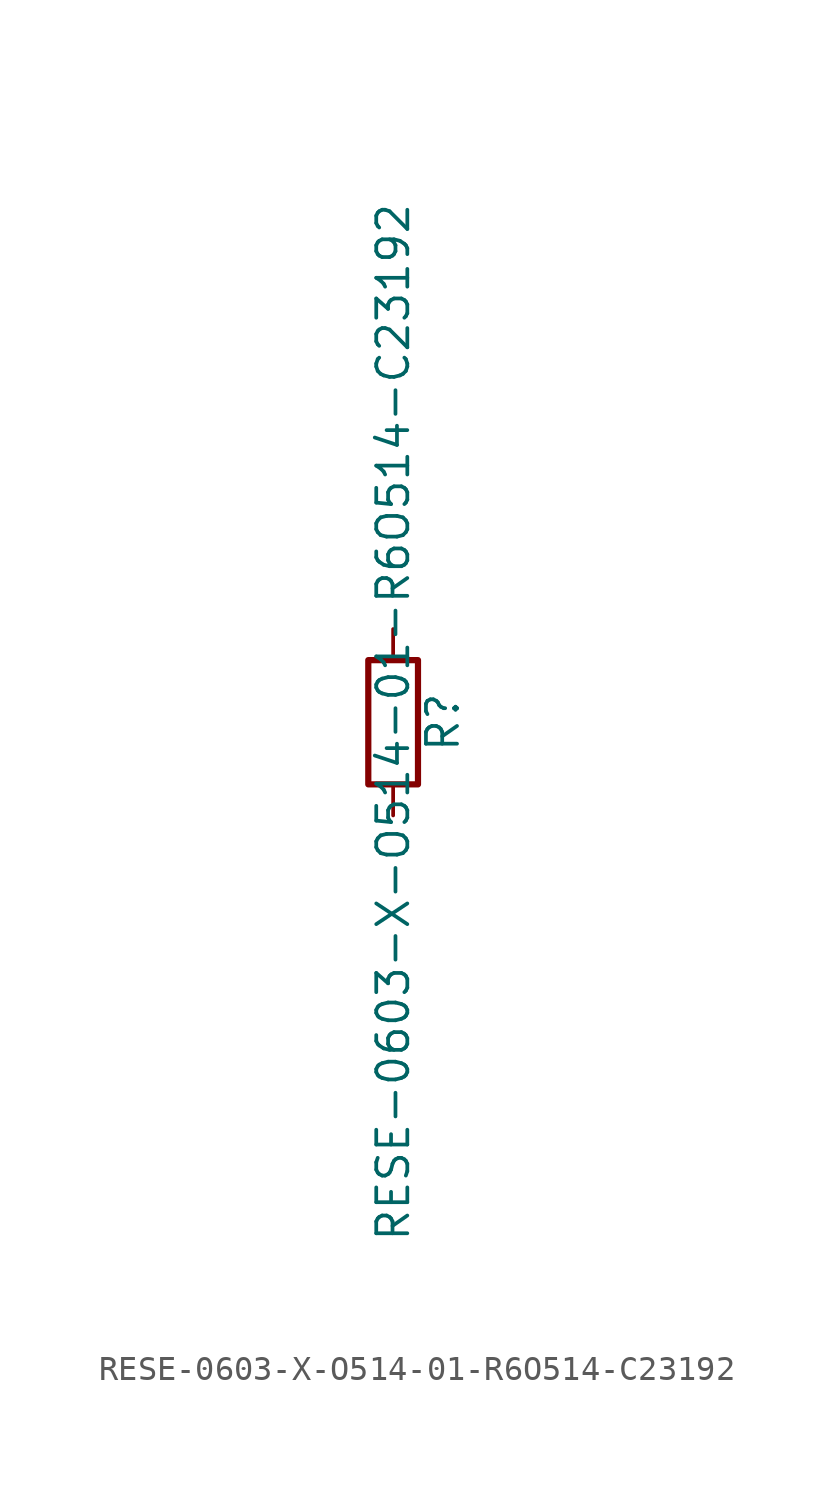
<source format=kicad_sym>
(kicad_symbol_lib
  (version 20211014)
  (generator kicad_symbol_editor)
  (symbol "RESE-0603-X-O514-01-R6O514-C23192"
    (pin_numbers hide)
    (pin_names
      (offset 0))
    (property "Reference" "R"
      (at 2.032 0 90)
      (effects (font (size 1.27 1.27))))
    (property "Value" "RESE-0603-X-O514-01-R6O514-C23192"
      (at 0 0 90)
      (effects (font (size 1.27 1.27))))
    (symbol "RESE-0603-X-O514-01-R6O514-C23192_0_1"
      (rectangle (start -1.016 -2.54) (end 1.016 2.54) (stroke (width 0.254) (type default) (color 0 0 0 0)) (fill (type none))))
    (symbol "RESE-0603-X-O514-01-R6O514-C23192_1_1"
      (pin passive line (at 0 3.81 270) (length 1.27) (name "~" (effects (font (size 1.27 1.27)))) (number "1" (effects (font (size 1.27 1.27)))))
      (pin passive line (at 0 -3.81 90) (length 1.27) (name "~" (effects (font (size 1.27 1.27)))) (number "2" (effects (font (size 1.27 1.27))))))))
</source>
